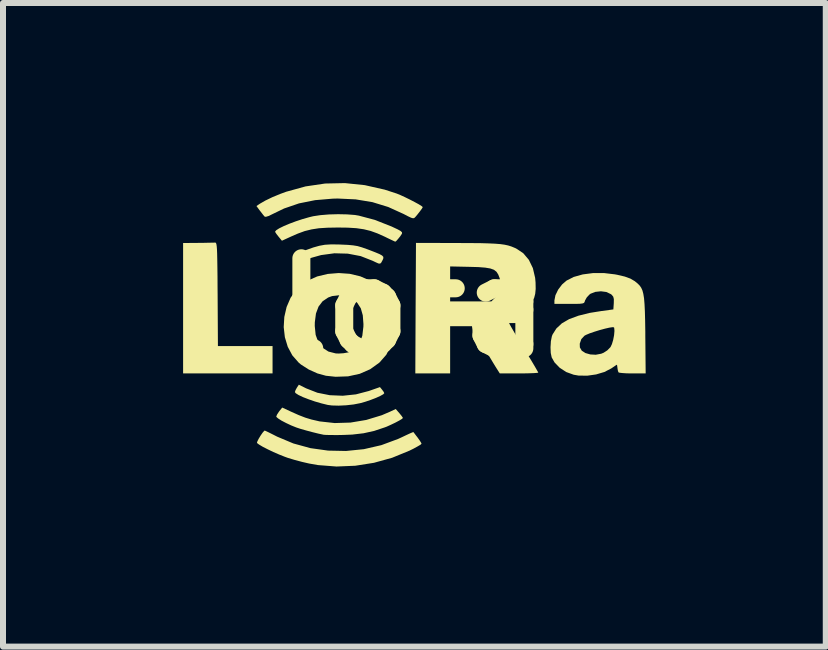
<source format=kicad_pcb>
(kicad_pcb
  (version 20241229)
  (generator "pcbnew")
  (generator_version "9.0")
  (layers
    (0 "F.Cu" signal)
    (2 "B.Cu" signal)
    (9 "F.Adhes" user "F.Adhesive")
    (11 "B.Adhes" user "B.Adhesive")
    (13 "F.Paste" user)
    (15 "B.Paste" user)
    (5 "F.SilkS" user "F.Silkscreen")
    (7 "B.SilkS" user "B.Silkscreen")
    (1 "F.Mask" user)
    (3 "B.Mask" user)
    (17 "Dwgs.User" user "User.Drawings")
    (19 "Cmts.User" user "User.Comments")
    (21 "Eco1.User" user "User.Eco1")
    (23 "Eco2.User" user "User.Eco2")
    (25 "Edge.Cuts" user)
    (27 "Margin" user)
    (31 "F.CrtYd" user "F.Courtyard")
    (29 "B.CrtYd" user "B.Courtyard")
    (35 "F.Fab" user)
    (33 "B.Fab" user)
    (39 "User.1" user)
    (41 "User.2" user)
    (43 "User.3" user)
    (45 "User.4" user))
  (footprint "lora"
    (layer "F.Cu")
    (at 3.827 2.074)
    (property "Reference" "lora" (at 0 0 0) (layer "F.SilkS") (effects (font (size 1.5 1.5) (thickness 0.3))))
    (attr board_only exclude_from_pos_files exclude_from_bom)
    (fp_poly (pts (xy -3.285 -1.082) (xy -3.278 -1.073) (xy -3.272 -1.055) (xy -3.267 -1.022) (xy -3.263 -0.971) (xy -3.26 -0.898) (xy -3.258 -0.801) (xy -3.256 -0.675) (xy -3.254 -0.516) (xy -3.253 -0.321) (xy -3.252 -0.222) (xy -3.247 0.641) (xy -2.792 0.641) (xy -2.337 0.641) (xy -2.337 0.869) (xy -2.337 1.096) (xy -3.082 1.096) (xy -3.827 1.096) (xy -3.827 0.01) (xy -3.827 -1.076) (xy -3.578 -1.078) (xy -3.478 -1.079) (xy -3.391 -1.081) (xy -3.326 -1.082) (xy -3.294 -1.083)) (stroke (width 0) (type solid)) (fill yes) (layer "F.SilkS"))
    (fp_poly (pts (xy -1.777 1.345) (xy -1.59 1.418) (xy -1.384 1.459) (xy -1.167 1.468) (xy -0.948 1.445) (xy -0.734 1.389) (xy -0.548 1.324) (xy -0.512 1.368) (xy -0.485 1.405) (xy -0.476 1.426) (xy -0.494 1.444) (xy -0.544 1.472) (xy -0.615 1.504) (xy -0.701 1.537) (xy -0.792 1.568) (xy -0.878 1.592) (xy -0.986 1.613) (xy -1.111 1.627) (xy -1.236 1.633) (xy -1.348 1.63) (xy -1.417 1.621) (xy -1.523 1.595) (xy -1.633 1.563) (xy -1.737 1.527) (xy -1.83 1.491) (xy -1.904 1.456) (xy -1.951 1.426) (xy -1.965 1.407) (xy -1.954 1.374) (xy -1.932 1.334) (xy -1.899 1.284)) (stroke (width 0) (type solid)) (fill yes) (layer "F.SilkS"))
    (fp_poly (pts (xy -1.241 -1.052) (xy -1.195 -1.05) (xy -1.081 -1.045) (xy -0.995 -1.037) (xy -0.922 -1.025) (xy -0.849 -1.004) (xy -0.761 -0.973) (xy -0.734 -0.963) (xy -0.628 -0.922) (xy -0.556 -0.892) (xy -0.513 -0.868) (xy -0.493 -0.847) (xy -0.491 -0.824) (xy -0.502 -0.795) (xy -0.508 -0.784) (xy -0.527 -0.749) (xy -0.545 -0.733) (xy -0.573 -0.735) (xy -0.62 -0.756) (xy -0.67 -0.78) (xy -0.869 -0.858) (xy -1.084 -0.899) (xy -1.306 -0.905) (xy -1.529 -0.875) (xy -1.686 -0.831) (xy -1.768 -0.802) (xy -1.836 -0.779) (xy -1.88 -0.764) (xy -1.891 -0.76) (xy -1.913 -0.773) (xy -1.941 -0.809) (xy -1.942 -0.812) (xy -1.959 -0.845) (xy -1.961 -0.869) (xy -1.943 -0.89) (xy -1.899 -0.913) (xy -1.825 -0.942) (xy -1.779 -0.959) (xy -1.658 -1.002) (xy -1.558 -1.03) (xy -1.465 -1.047) (xy -1.364 -1.053)) (stroke (width 0) (type solid)) (fill yes) (layer "F.SilkS"))
    (fp_poly (pts (xy -0.801 -2.04) (xy -0.469 -1.965) (xy -0.269 -1.9) (xy -0.208 -1.875) (xy -0.132 -1.84) (xy -0.05 -1.8) (xy 0.029 -1.759) (xy 0.097 -1.722) (xy 0.145 -1.692) (xy 0.165 -1.675) (xy 0.165 -1.675) (xy 0.153 -1.652) (xy 0.119 -1.605) (xy 0.071 -1.544) (xy 0.041 -1.509) (xy 0.024 -1.493) (xy 0.004 -1.488) (xy -0.029 -1.497) (xy -0.082 -1.522) (xy -0.155 -1.56) (xy -0.41 -1.676) (xy -0.674 -1.757) (xy -0.953 -1.803) (xy -1.252 -1.817) (xy -1.334 -1.815) (xy -1.628 -1.79) (xy -1.897 -1.736) (xy -2.145 -1.651) (xy -2.327 -1.563) (xy -2.403 -1.526) (xy -2.45 -1.512) (xy -2.472 -1.518) (xy -2.496 -1.548) (xy -2.533 -1.596) (xy -2.549 -1.616) (xy -2.605 -1.692) (xy -2.549 -1.73) (xy -2.459 -1.782) (xy -2.341 -1.839) (xy -2.208 -1.894) (xy -2.11 -1.93) (xy -1.787 -2.019) (xy -1.461 -2.067) (xy -1.132 -2.074)) (stroke (width 0) (type solid)) (fill yes) (layer "F.SilkS"))
    (fp_poly (pts (xy -2.034 1.731) (xy -1.902 1.79) (xy -1.791 1.833) (xy -1.689 1.864) (xy -1.58 1.889) (xy -1.555 1.895) (xy -1.302 1.923) (xy -1.039 1.915) (xy -0.776 1.871) (xy -0.519 1.793) (xy -0.381 1.734) (xy -0.285 1.689) (xy -0.225 1.758) (xy -0.189 1.802) (xy -0.168 1.833) (xy -0.166 1.839) (xy -0.183 1.855) (xy -0.228 1.882) (xy -0.292 1.916) (xy -0.365 1.951) (xy -0.436 1.983) (xy -0.465 1.994) (xy -0.645 2.054) (xy -0.821 2.093) (xy -1.01 2.115) (xy -1.158 2.121) (xy -1.266 2.123) (xy -1.363 2.122) (xy -1.439 2.121) (xy -1.485 2.118) (xy -1.489 2.117) (xy -1.573 2.099) (xy -1.674 2.074) (xy -1.779 2.046) (xy -1.873 2.019) (xy -1.94 1.997) (xy -2.027 1.962) (xy -2.112 1.922) (xy -2.187 1.883) (xy -2.243 1.847) (xy -2.273 1.821) (xy -2.275 1.815) (xy -2.263 1.783) (xy -2.233 1.737) (xy -2.226 1.727) (xy -2.176 1.665)) (stroke (width 0) (type solid)) (fill yes) (layer "F.SilkS"))
    (fp_poly (pts (xy -1.096 -1.553) (xy -0.965 -1.543) (xy -0.9 -1.532) (xy -0.633 -1.461) (xy -0.354 -1.351) (xy -0.335 -1.342) (xy -0.254 -1.304) (xy -0.205 -1.277) (xy -0.182 -1.256) (xy -0.18 -1.238) (xy -0.185 -1.226) (xy -0.211 -1.187) (xy -0.246 -1.144) (xy -0.276 -1.11) (xy -0.293 -1.098) (xy -0.313 -1.107) (xy -0.362 -1.13) (xy -0.431 -1.163) (xy -0.465 -1.18) (xy -0.59 -1.236) (xy -0.703 -1.277) (xy -0.817 -1.305) (xy -0.941 -1.323) (xy -1.085 -1.332) (xy -1.251 -1.334) (xy -1.423 -1.331) (xy -1.565 -1.322) (xy -1.687 -1.303) (xy -1.801 -1.275) (xy -1.916 -1.233) (xy -2.026 -1.185) (xy -2.181 -1.114) (xy -2.238 -1.183) (xy -2.273 -1.228) (xy -2.293 -1.259) (xy -2.295 -1.265) (xy -2.277 -1.288) (xy -2.227 -1.32) (xy -2.15 -1.358) (xy -2.055 -1.398) (xy -1.948 -1.438) (xy -1.836 -1.475) (xy -1.727 -1.506) (xy -1.661 -1.522) (xy -1.542 -1.54) (xy -1.398 -1.552) (xy -1.245 -1.556)) (stroke (width 0) (type solid)) (fill yes) (layer "F.SilkS"))
    (fp_poly (pts (xy -2.448 2.056) (xy -2.398 2.08) (xy -2.328 2.115) (xy -2.259 2.15) (xy -1.99 2.263) (xy -1.705 2.341) (xy -1.411 2.382) (xy -1.113 2.388) (xy -0.816 2.358) (xy -0.525 2.291) (xy -0.247 2.188) (xy -0.188 2.161) (xy -0.108 2.123) (xy -0.043 2.093) (xy -0.002 2.076) (xy 0.009 2.073) (xy 0.023 2.091) (xy 0.054 2.132) (xy 0.079 2.164) (xy 0.116 2.216) (xy 0.14 2.255) (xy 0.144 2.268) (xy 0.127 2.284) (xy 0.079 2.312) (xy 0.01 2.35) (xy -0.057 2.383) (xy -0.345 2.501) (xy -0.648 2.585) (xy -0.959 2.634) (xy -1.272 2.647) (xy -1.579 2.623) (xy -1.728 2.597) (xy -1.845 2.57) (xy -1.969 2.537) (xy -2.082 2.503) (xy -2.132 2.485) (xy -2.225 2.448) (xy -2.324 2.405) (xy -2.418 2.36) (xy -2.5 2.318) (xy -2.562 2.281) (xy -2.595 2.256) (xy -2.597 2.253) (xy -2.591 2.23) (xy -2.569 2.186) (xy -2.537 2.133) (xy -2.504 2.085) (xy -2.477 2.054) (xy -2.468 2.048)) (stroke (width 0) (type solid)) (fill yes) (layer "F.SilkS"))
    (fp_poly (pts (xy -1.051 -0.563) (xy -0.875 -0.521) (xy -0.714 -0.451) (xy -0.583 -0.359) (xy -0.468 -0.241) (xy -0.387 -0.113) (xy -0.336 0.032) (xy -0.313 0.201) (xy -0.311 0.289) (xy -0.325 0.48) (xy -0.368 0.644) (xy -0.443 0.786) (xy -0.55 0.908) (xy -0.56 0.918) (xy -0.712 1.027) (xy -0.886 1.103) (xy -1.079 1.145) (xy -1.287 1.152) (xy -1.448 1.135) (xy -1.59 1.096) (xy -1.734 1.031) (xy -1.864 0.948) (xy -1.903 0.915) (xy -2.008 0.795) (xy -2.084 0.652) (xy -2.132 0.493) (xy -2.151 0.325) (xy -2.15 0.306) (xy -1.634 0.306) (xy -1.619 0.454) (xy -1.575 0.576) (xy -1.503 0.67) (xy -1.406 0.732) (xy -1.285 0.763) (xy -1.235 0.765) (xy -1.156 0.76) (xy -1.082 0.747) (xy -1.049 0.737) (xy -0.954 0.677) (xy -0.885 0.588) (xy -0.842 0.469) (xy -0.824 0.318) (xy -0.823 0.275) (xy -0.834 0.128) (xy -0.867 0.012) (xy -0.925 -0.078) (xy -0.997 -0.14) (xy -1.104 -0.188) (xy -1.225 -0.206) (xy -1.345 -0.192) (xy -1.411 -0.168) (xy -1.504 -0.105) (xy -1.571 -0.017) (xy -1.614 0.098) (xy -1.633 0.245) (xy -1.634 0.306) (xy -2.15 0.306) (xy -2.141 0.155) (xy -2.103 -0.01) (xy -2.037 -0.163) (xy -1.942 -0.298) (xy -1.892 -0.349) (xy -1.754 -0.448) (xy -1.594 -0.519) (xy -1.418 -0.561) (xy -1.235 -0.576)) (stroke (width 0) (type solid)) (fill yes) (layer "F.SilkS"))
    (fp_poly (pts (xy 0.745 -1.076) (xy 0.95 -1.075) (xy 1.119 -1.074) (xy 1.256 -1.07) (xy 1.367 -1.065) (xy 1.456 -1.058) (xy 1.528 -1.048) (xy 1.588 -1.035) (xy 1.642 -1.018) (xy 1.693 -0.997) (xy 1.72 -0.985) (xy 1.839 -0.906) (xy 1.932 -0.796) (xy 1.999 -0.658) (xy 2.037 -0.496) (xy 2.044 -0.418) (xy 2.046 -0.311) (xy 2.038 -0.229) (xy 2.02 -0.16) (xy 2.017 -0.154) (xy 1.965 -0.058) (xy 1.885 0.037) (xy 1.791 0.118) (xy 1.695 0.173) (xy 1.689 0.176) (xy 1.627 0.204) (xy 1.6 0.229) (xy 1.599 0.248) (xy 1.612 0.276) (xy 1.643 0.332) (xy 1.69 0.413) (xy 1.749 0.512) (xy 1.817 0.624) (xy 1.848 0.676) (xy 1.918 0.791) (xy 1.98 0.893) (xy 2.031 0.979) (xy 2.067 1.042) (xy 2.087 1.077) (xy 2.089 1.083) (xy 2.07 1.087) (xy 2.016 1.091) (xy 1.935 1.094) (xy 1.833 1.096) (xy 1.768 1.096) (xy 1.448 1.096) (xy 1.38 0.989) (xy 1.333 0.912) (xy 1.276 0.817) (xy 1.214 0.713) (xy 1.153 0.609) (xy 1.097 0.513) (xy 1.052 0.435) (xy 1.023 0.382) (xy 1.02 0.377) (xy 0.985 0.31) (xy 0.803 0.31) (xy 0.621 0.31) (xy 0.621 0.703) (xy 0.621 1.096) (xy 0.331 1.096) (xy 0.041 1.096) (xy 0.046 0.009) (xy 0.05 -0.686) (xy 0.621 -0.686) (xy 0.621 -0.395) (xy 0.621 -0.103) (xy 0.964 -0.103) (xy 1.307 -0.103) (xy 1.376 -0.172) (xy 1.439 -0.261) (xy 1.464 -0.363) (xy 1.449 -0.478) (xy 1.445 -0.493) (xy 1.422 -0.552) (xy 1.393 -0.597) (xy 1.351 -0.63) (xy 1.29 -0.652) (xy 1.206 -0.666) (xy 1.091 -0.675) (xy 0.946 -0.679) (xy 0.621 -0.686) (xy 0.05 -0.686) (xy 0.052 -1.078)) (stroke (width 0) (type solid)) (fill yes) (layer "F.SilkS"))
    (fp_poly (pts (xy 3.366 -0.554) (xy 3.408 -0.546) (xy 3.531 -0.517) (xy 3.624 -0.483) (xy 3.697 -0.44) (xy 3.748 -0.398) (xy 3.779 -0.366) (xy 3.804 -0.33) (xy 3.824 -0.286) (xy 3.839 -0.229) (xy 3.851 -0.155) (xy 3.859 -0.059) (xy 3.865 0.063) (xy 3.869 0.216) (xy 3.872 0.405) (xy 3.872 0.471) (xy 3.878 1.096) (xy 3.657 1.096) (xy 3.566 1.095) (xy 3.49 1.09) (xy 3.44 1.084) (xy 3.424 1.077) (xy 3.414 1.044) (xy 3.408 1.005) (xy 3.403 0.965) (xy 3.399 0.951) (xy 3.38 0.962) (xy 3.339 0.99) (xy 3.305 1.013) (xy 3.191 1.072) (xy 3.053 1.113) (xy 2.905 1.134) (xy 2.76 1.132) (xy 2.679 1.118) (xy 2.555 1.073) (xy 2.446 1.002) (xy 2.36 0.913) (xy 2.313 0.83) (xy 2.297 0.756) (xy 2.293 0.661) (xy 2.297 0.601) (xy 2.78 0.601) (xy 2.782 0.663) (xy 2.814 0.718) (xy 2.875 0.757) (xy 2.956 0.78) (xy 3.047 0.785) (xy 3.138 0.768) (xy 3.177 0.752) (xy 3.239 0.712) (xy 3.29 0.66) (xy 3.292 0.658) (xy 3.316 0.608) (xy 3.337 0.537) (xy 3.352 0.459) (xy 3.358 0.388) (xy 3.354 0.338) (xy 3.35 0.329) (xy 3.326 0.326) (xy 3.272 0.334) (xy 3.198 0.351) (xy 3.113 0.374) (xy 3.026 0.401) (xy 2.947 0.428) (xy 2.885 0.454) (xy 2.859 0.468) (xy 2.806 0.525) (xy 2.78 0.601) (xy 2.297 0.601) (xy 2.299 0.561) (xy 2.316 0.476) (xy 2.328 0.446) (xy 2.391 0.347) (xy 2.482 0.262) (xy 2.603 0.192) (xy 2.757 0.135) (xy 2.946 0.088) (xy 3.147 0.056) (xy 3.34 0.03) (xy 3.347 -0.076) (xy 3.348 -0.142) (xy 3.338 -0.182) (xy 3.312 -0.214) (xy 3.297 -0.225) (xy 3.224 -0.26) (xy 3.133 -0.272) (xy 3.039 -0.262) (xy 2.959 -0.231) (xy 2.941 -0.217) (xy 2.897 -0.17) (xy 2.869 -0.12) (xy 2.867 -0.114) (xy 2.86 -0.092) (xy 2.848 -0.077) (xy 2.824 -0.069) (xy 2.78 -0.064) (xy 2.709 -0.062) (xy 2.606 -0.062) (xy 2.358 -0.062) (xy 2.358 -0.12) (xy 2.375 -0.206) (xy 2.42 -0.299) (xy 2.486 -0.386) (xy 2.56 -0.45) (xy 2.68 -0.511) (xy 2.83 -0.553) (xy 2.999 -0.575) (xy 3.181 -0.576)) (stroke (width 0) (type solid)) (fill yes) (layer "F.SilkS")))
  (gr_rect
    (start -3 -3)
    (end 10.705 7.721)
    (stroke (width 0.1) (type default))
    (fill no)
    (layer "Edge.Cuts")))
</source>
